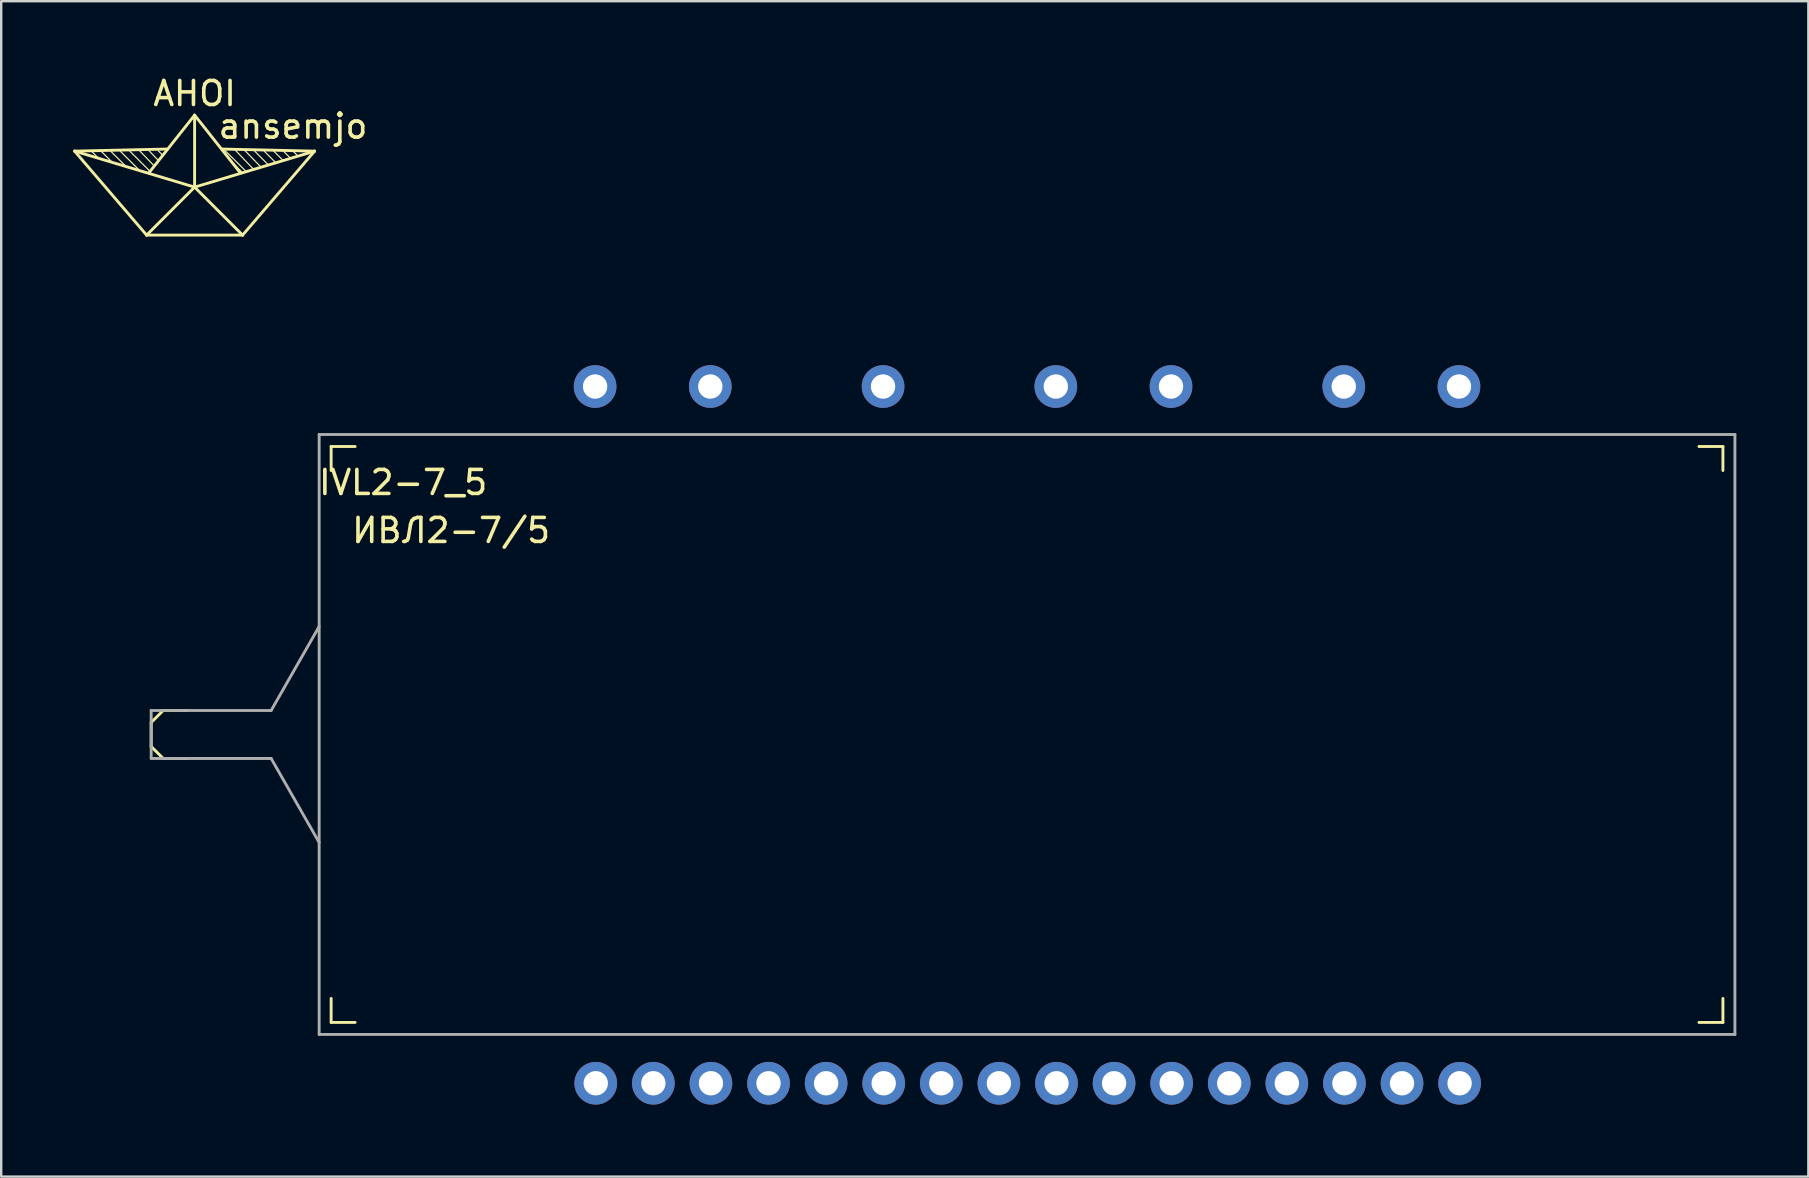
<source format=kicad_pcb>
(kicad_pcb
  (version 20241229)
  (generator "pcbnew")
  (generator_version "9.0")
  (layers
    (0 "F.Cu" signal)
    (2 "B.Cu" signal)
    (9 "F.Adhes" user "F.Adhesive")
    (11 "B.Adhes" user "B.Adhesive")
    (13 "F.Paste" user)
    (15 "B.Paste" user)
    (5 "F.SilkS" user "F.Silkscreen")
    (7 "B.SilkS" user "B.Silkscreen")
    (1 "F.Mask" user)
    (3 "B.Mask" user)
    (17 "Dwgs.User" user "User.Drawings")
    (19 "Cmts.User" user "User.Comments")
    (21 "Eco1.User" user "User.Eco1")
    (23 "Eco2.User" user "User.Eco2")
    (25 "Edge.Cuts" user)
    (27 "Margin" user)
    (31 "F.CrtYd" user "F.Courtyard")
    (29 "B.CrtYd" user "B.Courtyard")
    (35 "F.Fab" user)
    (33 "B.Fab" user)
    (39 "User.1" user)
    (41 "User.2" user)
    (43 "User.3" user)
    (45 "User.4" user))
  (footprint "IVL2-7_5"
    (layer "F.Cu")
    (at 0.25 10.058)
    (property "Reference" "IVL2-7_5" (at 13.5 7 0) (layer "F.SilkS") (effects (font (size 1 1) (thickness 0.15))))
    (attr through_hole)
    (fp_line (start 3 17) (end 3 18) (stroke (width 0.12) (type solid)) (layer "F.SilkS"))
    (fp_line (start 3 17) (end 3.5 16.5) (stroke (width 0.12) (type solid)) (layer "F.SilkS"))
    (fp_line (start 3 18) (end 3.5 18.5) (stroke (width 0.12) (type solid)) (layer "F.SilkS"))
    (fp_line (start 3.5 16.5) (end 4.5 16.5) (stroke (width 0.12) (type solid)) (layer "F.SilkS"))
    (fp_line (start 3.5 18.5) (end 4.5 18.5) (stroke (width 0.12) (type solid)) (layer "F.SilkS"))
    (fp_line (start 10.5 5.5) (end 11.5 5.5) (stroke (width 0.12) (type solid)) (layer "F.SilkS"))
    (fp_line (start 10.5 6.5) (end 10.5 5.5) (stroke (width 0.12) (type solid)) (layer "F.SilkS"))
    (fp_line (start 10.5 28.5) (end 10.5 29.5) (stroke (width 0.12) (type solid)) (layer "F.SilkS"))
    (fp_line (start 10.5 29.5) (end 11.5 29.5) (stroke (width 0.12) (type solid)) (layer "F.SilkS"))
    (fp_line (start 67.5 29.5) (end 68.5 29.5) (stroke (width 0.12) (type solid)) (layer "F.SilkS"))
    (fp_line (start 68.5 5.5) (end 67.5 5.5) (stroke (width 0.12) (type solid)) (layer "F.SilkS"))
    (fp_line (start 68.5 6.5) (end 68.5 5.5) (stroke (width 0.12) (type solid)) (layer "F.SilkS"))
    (fp_line (start 68.5 29.5) (end 68.5 28.5) (stroke (width 0.12) (type solid)) (layer "F.SilkS"))
    (fp_line (start 3 16.5) (end 3 18.5) (stroke (width 0.12) (type solid)) (layer "F.Fab"))
    (fp_line (start 3 16.5) (end 8 16.5) (stroke (width 0.12) (type solid)) (layer "F.Fab"))
    (fp_line (start 8 16.5) (end 10 13) (stroke (width 0.12) (type solid)) (layer "F.Fab"))
    (fp_line (start 8 18.5) (end 3 18.5) (stroke (width 0.12) (type solid)) (layer "F.Fab"))
    (fp_line (start 10 5) (end 10 30) (stroke (width 0.12) (type solid)) (layer "F.Fab"))
    (fp_line (start 10 22) (end 8 18.5) (stroke (width 0.12) (type solid)) (layer "F.Fab"))
    (fp_line (start 10 30) (end 69 30) (stroke (width 0.12) (type solid)) (layer "F.Fab"))
    (fp_line (start 69 5) (end 10 5) (stroke (width 0.12) (type solid)) (layer "F.Fab"))
    (fp_line (start 69 30) (end 69 5) (stroke (width 0.12) (type solid)) (layer "F.Fab"))
    (fp_text user "ИВЛ2-7/5" (at 15.5 9 0) (layer "F.SilkS") (effects (font (size 1 1) (thickness 0.15))))
    (pad "1" thru_hole circle (at 21.527 32.035) (size 1.778 1.778) (drill 1.016) (layers "*.Cu" "*.Mask"))
    (pad "2" thru_hole circle (at 23.927 32.035) (size 1.778 1.778) (drill 1.016) (layers "*.Cu" "*.Mask"))
    (pad "3" thru_hole circle (at 26.327 32.035) (size 1.778 1.778) (drill 1.016) (layers "*.Cu" "*.Mask"))
    (pad "4" thru_hole circle (at 28.727 32.035) (size 1.778 1.778) (drill 1.016) (layers "*.Cu" "*.Mask"))
    (pad "5" thru_hole circle (at 31.127 32.035) (size 1.778 1.778) (drill 1.016) (layers "*.Cu" "*.Mask"))
    (pad "6" thru_hole circle (at 33.527 32.035) (size 1.778 1.778) (drill 1.016) (layers "*.Cu" "*.Mask"))
    (pad "7" thru_hole circle (at 35.927 32.035) (size 1.778 1.778) (drill 1.016) (layers "*.Cu" "*.Mask"))
    (pad "8" thru_hole circle (at 38.327 32.035) (size 1.778 1.778) (drill 1.016) (layers "*.Cu" "*.Mask"))
    (pad "9" thru_hole circle (at 40.727 32.035) (size 1.778 1.778) (drill 1.016) (layers "*.Cu" "*.Mask"))
    (pad "10" thru_hole circle (at 43.127 32.035) (size 1.778 1.778) (drill 1.016) (layers "*.Cu" "*.Mask"))
    (pad "11" thru_hole circle (at 45.527 32.035) (size 1.778 1.778) (drill 1.016) (layers "*.Cu" "*.Mask"))
    (pad "12" thru_hole circle (at 47.927 32.035) (size 1.778 1.778) (drill 1.016) (layers "*.Cu" "*.Mask"))
    (pad "13" thru_hole circle (at 50.327 32.035) (size 1.778 1.778) (drill 1.016) (layers "*.Cu" "*.Mask"))
    (pad "14" thru_hole circle (at 52.727 32.035) (size 1.778 1.778) (drill 1.016) (layers "*.Cu" "*.Mask"))
    (pad "15" thru_hole circle (at 55.127 32.035) (size 1.778 1.778) (drill 1.016) (layers "*.Cu" "*.Mask"))
    (pad "16" thru_hole circle (at 57.527 32.035) (size 1.778 1.778) (drill 1.016) (layers "*.Cu" "*.Mask"))
    (pad "17" thru_hole circle (at 57.5 3) (size 1.778 1.778) (drill 1.016) (layers "*.Cu" "*.Mask"))
    (pad "18" thru_hole circle (at 52.7 3) (size 1.778 1.778) (drill 1.016) (layers "*.Cu" "*.Mask"))
    (pad "19" thru_hole circle (at 45.5 3) (size 1.778 1.778) (drill 1.016) (layers "*.Cu" "*.Mask"))
    (pad "20" thru_hole circle (at 40.7 3) (size 1.778 1.778) (drill 1.016) (layers "*.Cu" "*.Mask"))
    (pad "21" thru_hole circle (at 33.5 3) (size 1.778 1.778) (drill 1.016) (layers "*.Cu" "*.Mask"))
    (pad "22" thru_hole circle (at 26.3 3) (size 1.778 1.778) (drill 1.016) (layers "*.Cu" "*.Mask"))
    (pad "23" thru_hole circle (at 21.5 3) (size 1.778 1.778) (drill 1.016) (layers "*.Cu" "*.Mask")))
  (footprint "AHOI"
    (layer "F.Cu")
    (at 5.06 4.748)
    (property "Reference" "AHOI" (at 0 -3.9 0) (layer "F.SilkS") (effects (font (size 1 1) (thickness 0.15))))
    (attr through_hole)
    (fp_line (start -5 -1.5) (end 0 0) (stroke (width 0.12) (type solid)) (layer "F.SilkS"))
    (fp_line (start -4.3 -1.5) (end -4 -1.2) (stroke (width 0.05) (type solid)) (layer "F.SilkS"))
    (fp_line (start -3.9 -1.5) (end -3.45 -1.05) (stroke (width 0.05) (type solid)) (layer "F.SilkS"))
    (fp_line (start -3.5 -1.5) (end -2.9 -0.9) (stroke (width 0.05) (type solid)) (layer "F.SilkS"))
    (fp_line (start -3.1 -1.5) (end -2.3 -0.7) (stroke (width 0.05) (type solid)) (layer "F.SilkS"))
    (fp_line (start -2.7 -1.5) (end -1.85 -0.65) (stroke (width 0.05) (type solid)) (layer "F.SilkS"))
    (fp_line (start -2.349 -1.575) (end -1.7 -0.9) (stroke (width 0.05) (type solid)) (layer "F.SilkS"))
    (fp_line (start -2 2) (end -5 -1.5) (stroke (width 0.12) (type solid)) (layer "F.SilkS"))
    (fp_line (start -1.905 -1.524) (end -1.5 -1.1) (stroke (width 0.05) (type solid)) (layer "F.SilkS"))
    (fp_line (start -1.524 -1.524) (end -1.35 -1.35) (stroke (width 0.05) (type solid)) (layer "F.SilkS"))
    (fp_line (start -1.143 -1.587) (end -5 -1.5) (stroke (width 0.12) (type solid)) (layer "F.SilkS"))
    (fp_line (start 0 -3) (end -1.9 -0.6) (stroke (width 0.12) (type solid)) (layer "F.SilkS"))
    (fp_line (start 0 -3) (end 0 0) (stroke (width 0.12) (type solid)) (layer "F.SilkS"))
    (fp_line (start 0 -3) (end 1.9 -0.6) (stroke (width 0.12) (type solid)) (layer "F.SilkS"))
    (fp_line (start 0 0) (end -2 2) (stroke (width 0.12) (type solid)) (layer "F.SilkS"))
    (fp_line (start 0 0) (end 2 2) (stroke (width 0.12) (type solid)) (layer "F.SilkS"))
    (fp_line (start 0 0) (end 5 -1.5) (stroke (width 0.12) (type solid)) (layer "F.SilkS"))
    (fp_line (start 1.143 -1.587) (end 5 -1.5) (stroke (width 0.12) (type solid)) (layer "F.SilkS"))
    (fp_line (start 1.206 -1.587) (end 2.15 -0.65) (stroke (width 0.05) (type solid)) (layer "F.SilkS"))
    (fp_line (start 1.5 -1.1) (end 2 -0.6) (stroke (width 0.05) (type solid)) (layer "F.SilkS"))
    (fp_line (start 1.651 -1.587) (end 2.45 -0.75) (stroke (width 0.05) (type solid)) (layer "F.SilkS"))
    (fp_line (start 2 2) (end -2 2) (stroke (width 0.12) (type solid)) (layer "F.SilkS"))
    (fp_line (start 2 2) (end 5 -1.5) (stroke (width 0.12) (type solid)) (layer "F.SilkS"))
    (fp_line (start 2.095 -1.524) (end 2.75 -0.85) (stroke (width 0.05) (type solid)) (layer "F.SilkS"))
    (fp_line (start 2.477 -1.524) (end 3.1 -0.9) (stroke (width 0.05) (type solid)) (layer "F.SilkS"))
    (fp_line (start 2.9 -1.5) (end 3.4 -1) (stroke (width 0.05) (type solid)) (layer "F.SilkS"))
    (fp_line (start 3.3 -1.5) (end 3.7 -1.1) (stroke (width 0.05) (type solid)) (layer "F.SilkS"))
    (fp_line (start 3.7 -1.5) (end 4 -1.2) (stroke (width 0.05) (type solid)) (layer "F.SilkS"))
    (fp_line (start 4.1 -1.5) (end 4.3 -1.3) (stroke (width 0.05) (type solid)) (layer "F.SilkS"))
    (fp_text user "ansemjo" (at 4.1 -2.54 0) (layer "F.SilkS") (effects (font (size 1 1) (thickness 0.15)))))
  (gr_rect
    (start -3 -3)
    (end 72.31 45.982)
    (stroke (width 0.1) (type default))
    (fill no)
    (layer "Edge.Cuts")))
</source>
